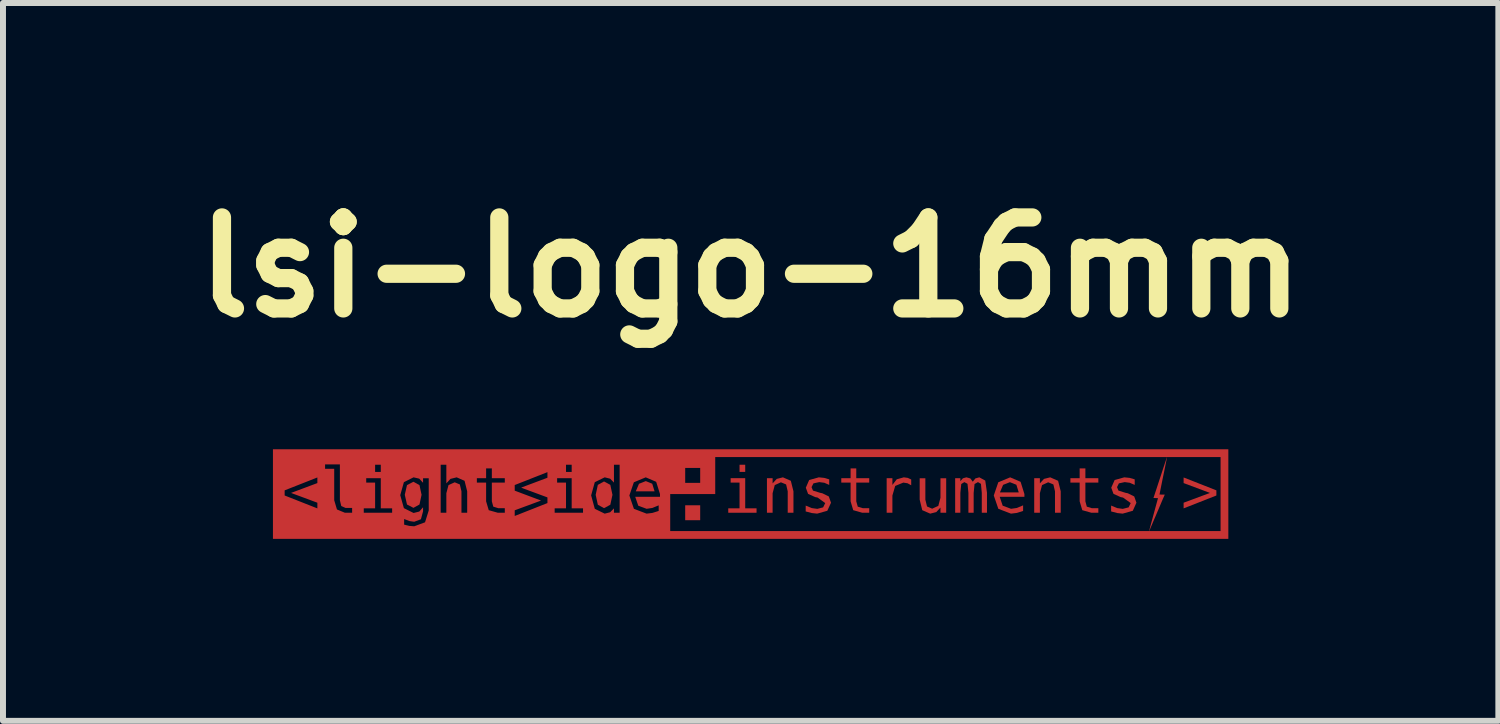
<source format=kicad_pcb>
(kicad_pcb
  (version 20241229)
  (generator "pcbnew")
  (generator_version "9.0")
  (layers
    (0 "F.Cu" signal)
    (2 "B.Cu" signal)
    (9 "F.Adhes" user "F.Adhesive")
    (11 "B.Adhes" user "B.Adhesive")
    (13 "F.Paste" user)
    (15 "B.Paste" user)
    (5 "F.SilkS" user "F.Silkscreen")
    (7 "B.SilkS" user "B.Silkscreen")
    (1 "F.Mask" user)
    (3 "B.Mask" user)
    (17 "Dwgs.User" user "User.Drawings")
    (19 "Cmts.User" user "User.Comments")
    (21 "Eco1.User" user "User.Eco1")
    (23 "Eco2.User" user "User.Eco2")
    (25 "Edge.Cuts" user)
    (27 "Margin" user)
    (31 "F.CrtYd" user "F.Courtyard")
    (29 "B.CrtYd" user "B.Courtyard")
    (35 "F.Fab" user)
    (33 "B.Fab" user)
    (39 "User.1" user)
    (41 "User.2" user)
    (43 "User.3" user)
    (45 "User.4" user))
  (footprint "lsi-logo-16mm"
    (layer "F.Cu")
    (at 9.521 5.772)
    (property "Reference" "lsi-logo-16mm" (at 0 -4.346 0) (layer "F.SilkS") (effects (font (size 1.524 1.524) (thickness 0.305))))
    (attr smd)
    (fp_poly (pts (xy -1.096 -0.36) (xy -1.096 -0.11) (xy -0.845 -0.11) (xy -0.845 -0.36) (xy -1.096 -0.36)) (stroke (width 0) (type solid)) (fill yes) (layer "F.Cu"))
    (fp_poly (pts (xy -0.186 -1.039) (xy -0.186 -0.919) (xy -0.091 -0.919) (xy -0.091 -1.039) (xy -0.186 -1.039)) (stroke (width 0) (type solid)) (fill yes) (layer "F.Cu"))
    (fp_poly (pts (xy -1.756 -0.765) (xy -1.87 -0.72) (xy -1.923 -0.594) (xy -1.609 -0.594) (xy -1.648 -0.721) (xy -1.756 -0.765) (xy -1.756 -0.765)) (stroke (width 0) (type solid)) (fill yes) (layer "F.Cu"))
    (fp_poly (pts (xy 7.251 -0.826) (xy 7.251 -0.732) (xy 7.692 -0.567) (xy 7.251 -0.403) (xy 7.251 -0.308) (xy 7.8 -0.524) (xy 7.8 -0.61) (xy 7.251 -0.826)) (stroke (width 0) (type solid)) (fill yes) (layer "F.Cu"))
    (fp_poly (pts (xy -5.648 -0.754) (xy -5.755 -0.698) (xy -5.792 -0.536) (xy -5.755 -0.373) (xy -5.647 -0.317) (xy -5.546 -0.373) (xy -5.511 -0.536) (xy -5.546 -0.698) (xy -5.648 -0.754)) (stroke (width 0) (type solid)) (fill yes) (layer "F.Cu"))
    (fp_poly (pts (xy -2.455 -0.759) (xy -2.559 -0.702) (xy -2.595 -0.535) (xy -2.559 -0.369) (xy -2.455 -0.312) (xy -2.35 -0.369) (xy -2.314 -0.535) (xy -2.35 -0.702) (xy -2.455 -0.759)) (stroke (width 0) (type solid)) (fill yes) (layer "F.Cu"))
    (fp_poly (pts (xy -0.335 -0.814) (xy -0.335 -0.74) (xy -0.186 -0.74) (xy -0.186 -0.309) (xy -0.375 -0.309) (xy -0.375 -0.235) (xy 0.099 -0.235) (xy 0.099 -0.309) (xy -0.091 -0.309) (xy -0.091 -0.814) (xy -0.335 -0.814)) (stroke (width 0) (type solid)) (fill yes) (layer "F.Cu"))
    (fp_poly (pts (xy 2.565 -0.828) (xy 2.447 -0.795) (xy 2.374 -0.701) (xy 2.374 -0.814) (xy 2.278 -0.814) (xy 2.278 -0.235) (xy 2.374 -0.235) (xy 2.374 -0.523) (xy 2.421 -0.684) (xy 2.557 -0.74) (xy 2.627 -0.729) (xy 2.689 -0.695) (xy 2.689 -0.792) (xy 2.631 -0.819) (xy 2.565 -0.828)) (stroke (width 0) (type solid)) (fill yes) (layer "F.Cu"))
    (fp_poly (pts (xy 0.541 -0.828) (xy 0.437 -0.802) (xy 0.368 -0.727) (xy 0.368 -0.814) (xy 0.273 -0.814) (xy 0.273 -0.235) (xy 0.368 -0.235) (xy 0.368 -0.562) (xy 0.404 -0.698) (xy 0.507 -0.745) (xy 0.594 -0.709) (xy 0.621 -0.594) (xy 0.621 -0.235) (xy 0.717 -0.235) (xy 0.717 -0.594) (xy 0.673 -0.77) (xy 0.541 -0.828)) (stroke (width 0) (type solid)) (fill yes) (layer "F.Cu"))
    (fp_poly (pts (xy 2.831 -0.813) (xy 2.831 -0.454) (xy 2.874 -0.278) (xy 3.007 -0.22) (xy 3.109 -0.246) (xy 3.179 -0.322) (xy 3.179 -0.235) (xy 3.275 -0.235) (xy 3.275 -0.813) (xy 3.179 -0.813) (xy 3.179 -0.486) (xy 3.143 -0.35) (xy 3.04 -0.303) (xy 2.954 -0.34) (xy 2.926 -0.454) (xy 2.926 -0.813) (xy 2.831 -0.813)) (stroke (width 0) (type solid)) (fill yes) (layer "F.Cu"))
    (fp_poly (pts (xy 5.017 -0.828) (xy 4.913 -0.802) (xy 4.844 -0.727) (xy 4.844 -0.814) (xy 4.749 -0.814) (xy 4.749 -0.235) (xy 4.844 -0.235) (xy 4.844 -0.562) (xy 4.88 -0.698) (xy 4.983 -0.745) (xy 5.07 -0.709) (xy 5.097 -0.594) (xy 5.097 -0.235) (xy 5.193 -0.235) (xy 5.193 -0.594) (xy 5.149 -0.77) (xy 5.017 -0.828)) (stroke (width 0) (type solid)) (fill yes) (layer "F.Cu"))
    (fp_poly (pts (xy 1.674 -0.978) (xy 1.674 -0.814) (xy 1.518 -0.814) (xy 1.518 -0.74) (xy 1.674 -0.74) (xy 1.674 -0.426) (xy 1.718 -0.278) (xy 1.869 -0.235) (xy 1.986 -0.235) (xy 1.986 -0.311) (xy 1.879 -0.311) (xy 1.794 -0.337) (xy 1.769 -0.426) (xy 1.769 -0.74) (xy 1.986 -0.74) (xy 1.986 -0.814) (xy 1.769 -0.814) (xy 1.769 -0.978) (xy 1.674 -0.978)) (stroke (width 0) (type solid)) (fill yes) (layer "F.Cu"))
    (fp_poly (pts (xy 5.51 -0.978) (xy 5.51 -0.814) (xy 5.355 -0.814) (xy 5.355 -0.74) (xy 5.51 -0.74) (xy 5.51 -0.426) (xy 5.554 -0.278) (xy 5.706 -0.235) (xy 5.823 -0.235) (xy 5.823 -0.311) (xy 5.715 -0.311) (xy 5.63 -0.337) (xy 5.606 -0.426) (xy 5.606 -0.74) (xy 5.823 -0.74) (xy 5.823 -0.814) (xy 5.606 -0.814) (xy 5.606 -0.978) (xy 5.51 -0.978)) (stroke (width 0) (type solid)) (fill yes) (layer "F.Cu"))
    (fp_poly (pts (xy 4.346 -0.828) (xy 4.342 -0.747) (xy 4.45 -0.704) (xy 4.49 -0.576) (xy 4.175 -0.576) (xy 4.228 -0.702) (xy 4.342 -0.747) (xy 4.342 -0.747) (xy 4.346 -0.828) (xy 4.147 -0.745) (xy 4.072 -0.524) (xy 4.148 -0.301) (xy 4.36 -0.22) (xy 4.458 -0.232) (xy 4.563 -0.265) (xy 4.563 -0.359) (xy 4.457 -0.315) (xy 4.361 -0.301) (xy 4.221 -0.353) (xy 4.172 -0.499) (xy 4.172 -0.502) (xy 4.585 -0.502) (xy 4.585 -0.548) (xy 4.521 -0.753) (xy 4.346 -0.828) (xy 4.346 -0.828)) (stroke (width 0) (type solid)) (fill yes) (layer "F.Cu"))
    (fp_poly (pts (xy 3.613 -0.828) (xy 3.555 -0.812) (xy 3.512 -0.764) (xy 3.512 -0.814) (xy 3.425 -0.814) (xy 3.425 -0.235) (xy 3.512 -0.235) (xy 3.512 -0.567) (xy 3.527 -0.716) (xy 3.579 -0.748) (xy 3.632 -0.72) (xy 3.647 -0.567) (xy 3.647 -0.235) (xy 3.735 -0.235) (xy 3.735 -0.567) (xy 3.75 -0.716) (xy 3.807 -0.748) (xy 3.857 -0.719) (xy 3.871 -0.567) (xy 3.871 -0.235) (xy 3.958 -0.235) (xy 3.958 -0.571) (xy 3.929 -0.774) (xy 3.83 -0.828) (xy 3.764 -0.81) (xy 3.72 -0.755) (xy 3.679 -0.81) (xy 3.613 -0.828)) (stroke (width 0) (type solid)) (fill yes) (layer "F.Cu"))
    (fp_poly (pts (xy 1.142 -0.828) (xy 0.98 -0.783) (xy 0.924 -0.654) (xy 0.962 -0.551) (xy 1.082 -0.497) (xy 1.118 -0.49) (xy 1.122 -0.489) (xy 1.249 -0.397) (xy 1.214 -0.325) (xy 1.116 -0.3) (xy 1.024 -0.313) (xy 0.922 -0.355) (xy 0.922 -0.257) (xy 1.024 -0.23) (xy 1.114 -0.22) (xy 1.284 -0.268) (xy 1.346 -0.403) (xy 1.309 -0.508) (xy 1.201 -0.561) (xy 1.163 -0.569) (xy 1.044 -0.606) (xy 1.02 -0.664) (xy 1.052 -0.727) (xy 1.149 -0.748) (xy 1.234 -0.737) (xy 1.316 -0.701) (xy 1.316 -0.794) (xy 1.231 -0.819) (xy 1.142 -0.828) (xy 1.142 -0.828)) (stroke (width 0) (type solid)) (fill yes) (layer "F.Cu"))
    (fp_poly (pts (xy 6.257 -0.828) (xy 6.096 -0.783) (xy 6.039 -0.654) (xy 6.077 -0.551) (xy 6.197 -0.497) (xy 6.233 -0.49) (xy 6.237 -0.489) (xy 6.365 -0.397) (xy 6.33 -0.325) (xy 6.232 -0.3) (xy 6.139 -0.313) (xy 6.037 -0.355) (xy 6.037 -0.257) (xy 6.139 -0.23) (xy 6.23 -0.22) (xy 6.4 -0.268) (xy 6.461 -0.403) (xy 6.424 -0.508) (xy 6.317 -0.561) (xy 6.278 -0.569) (xy 6.16 -0.606) (xy 6.136 -0.664) (xy 6.167 -0.727) (xy 6.264 -0.748) (xy 6.349 -0.737) (xy 6.432 -0.701) (xy 6.432 -0.794) (xy 6.347 -0.819) (xy 6.257 -0.828) (xy 6.257 -0.828)) (stroke (width 0) (type solid)) (fill yes) (layer "F.Cu"))
    (fp_poly (pts (xy 6.964 -1.143) (xy 6.929 -1.038) (xy 6.823 -0.716) (xy 6.796 -0.633) (xy 6.747 -0.485) (xy 6.746 -0.482) (xy 6.784 -0.481) (xy 6.822 -0.479) (xy 6.706 -0.053) (xy 6.685 0.026) (xy 6.671 0.076) (xy 6.672 0.077) (xy 6.686 0.046) (xy 6.716 -0.025) (xy 6.748 -0.101) (xy 6.781 -0.177) (xy 6.826 -0.283) (xy 6.871 -0.389) (xy 6.903 -0.465) (xy 6.928 -0.521) (xy 6.935 -0.539) (xy 6.891 -0.539) (xy 6.847 -0.54) (xy 6.85 -0.553) (xy 6.862 -0.615) (xy 6.881 -0.71) (xy 6.899 -0.799) (xy 6.927 -0.934) (xy 6.954 -1.068) (xy 6.969 -1.142) (xy 6.974 -1.173) (xy 6.964 -1.142) (xy 6.964 -1.143)) (stroke (width 0.000106) (type solid)) (fill yes) (layer "F.Cu"))
    (fp_poly (pts (xy -8 -1.298) (xy -0.593 -1.168) (xy 7.87 -1.168) (xy 7.87 0.072) (xy -1.347 0.072) (xy -1.347 -0.548) (xy -0.593 -0.548) (xy -0.593 -1.168) (xy -8 -1.298) (xy -7.127 -1.045) (xy -6.879 -1.045) (xy -6.879 -0.445) (xy -6.856 -0.348) (xy -6.786 -0.316) (xy -6.674 -0.316) (xy -6.674 -0.235) (xy -6.795 -0.235) (xy -6.928 -0.29) (xy -6.974 -0.445) (xy -6.974 -0.971) (xy -7.127 -0.971) (xy -7.127 -1.045) (xy -8 -1.298) (xy -6.289 -1.039) (xy -6.194 -1.039) (xy -6.194 -0.919) (xy -6.289 -0.919) (xy -6.289 -1.039) (xy -8 -1.298) (xy -5.191 -1.039) (xy -5.096 -1.039) (xy -5.096 -0.727) (xy -5.027 -0.802) (xy -4.923 -0.828) (xy -4.791 -0.77) (xy -4.747 -0.594) (xy -4.747 -0.235) (xy -4.843 -0.235) (xy -4.843 -0.594) (xy -4.87 -0.709) (xy -4.956 -0.745) (xy -5.06 -0.698) (xy -5.096 -0.562) (xy -5.096 -0.235) (xy -5.191 -0.235) (xy -5.191 -1.039) (xy -8 -1.298) (xy -3.092 -1.039) (xy -2.997 -1.039) (xy -2.997 -0.919) (xy -3.092 -0.919) (xy -3.092 -1.039) (xy -8 -1.298) (xy -2.289 -1.039) (xy -2.194 -1.039) (xy -2.194 -0.235) (xy -2.289 -0.235) (xy -2.289 -0.308) (xy -2.353 -0.243) (xy -2.444 -0.22) (xy -2.61 -0.301) (xy -2.671 -0.526) (xy -2.61 -0.747) (xy -2.444 -0.828) (xy -2.352 -0.805) (xy -2.289 -0.74) (xy -2.289 -1.039) (xy -8 -1.298) (xy -0.845 -0.985) (xy -0.845 -0.735) (xy -1.096 -0.735) (xy -1.096 -0.985) (xy -0.845 -0.985) (xy -8 -1.298) (xy -4.334 -0.978) (xy -4.334 -0.814) (xy -4.117 -0.814) (xy -4.117 -0.74) (xy -4.334 -0.74) (xy -4.334 -0.426) (xy -4.31 -0.337) (xy -4.225 -0.311) (xy -4.117 -0.311) (xy -4.117 -0.235) (xy -4.234 -0.235) (xy -4.386 -0.278) (xy -4.43 -0.426) (xy -4.43 -0.74) (xy -4.585 -0.74) (xy -4.585 -0.814) (xy -4.43 -0.814) (xy -4.43 -0.978) (xy -4.334 -0.978) (xy -8 -1.298) (xy -3.403 -0.915) (xy -3.403 -0.821) (xy -3.843 -0.656) (xy -3.795 -0.637) (xy -3.403 -0.492) (xy -3.403 -0.483) (xy -3.403 -0.397) (xy -3.951 -0.181) (xy -3.951 -0.276) (xy -3.51 -0.439) (xy -3.513 -0.44) (xy -3.951 -0.605) (xy -3.951 -0.613) (xy -3.951 -0.699) (xy -3.403 -0.915) (xy -8 -1.298) (xy -7.256 -0.826) (xy -7.256 -0.732) (xy -7.697 -0.567) (xy -7.256 -0.403) (xy -7.256 -0.308) (xy -7.804 -0.524) (xy -7.804 -0.61) (xy -7.256 -0.826) (xy -8 -1.298) (xy -8 0.202) (xy -5.634 -0.008) (xy -5.717 -0.015) (xy -5.803 -0.036) (xy -5.803 -0.13) (xy -5.711 -0.095) (xy -5.634 -0.084) (xy -5.522 -0.126) (xy -5.486 -0.259) (xy -5.486 -0.263) (xy -5.486 -0.327) (xy -5.549 -0.255) (xy -5.645 -0.231) (xy -5.807 -0.312) (xy -5.868 -0.529) (xy -5.807 -0.747) (xy -5.645 -0.828) (xy -5.55 -0.806) (xy -5.486 -0.737) (xy -5.486 -0.812) (xy -5.391 -0.812) (xy -5.391 -0.273) (xy -5.453 -0.075) (xy -5.634 -0.008) (xy -8 0.202) (xy -1.743 -0.22) (xy -1.955 -0.301) (xy -2.031 -0.524) (xy -1.956 -0.745) (xy -1.757 -0.828) (xy -1.582 -0.753) (xy -1.518 -0.548) (xy -1.518 -0.502) (xy -1.932 -0.502) (xy -1.932 -0.499) (xy -1.882 -0.353) (xy -1.742 -0.301) (xy -1.647 -0.315) (xy -1.54 -0.359) (xy -1.54 -0.265) (xy -1.646 -0.232) (xy -1.743 -0.22) (xy -8 0.202) (xy -6.004 -0.235) (xy -6.479 -0.235) (xy -6.479 -0.309) (xy -6.289 -0.309) (xy -6.289 -0.74) (xy -6.438 -0.74) (xy -6.438 -0.814) (xy -6.194 -0.814) (xy -6.194 -0.309) (xy -6.004 -0.309) (xy -6.004 -0.235) (xy -8 0.202) (xy -2.807 -0.235) (xy -3.282 -0.235) (xy -3.282 -0.309) (xy -3.092 -0.309) (xy -3.092 -0.74) (xy -3.241 -0.74) (xy -3.241 -0.814) (xy -2.997 -0.814) (xy -2.997 -0.309) (xy -2.807 -0.309) (xy -2.807 -0.235) (xy -8 0.202) (xy 8 0.202) (xy 8 -1.298) (xy -8 -1.298)) (stroke (width 0) (type solid)) (fill yes) (layer "F.Cu")))
  (gr_rect
    (start -3 -3)
    (end 22.043 9.022)
    (stroke (width 0.1) (type default))
    (fill no)
    (layer "Edge.Cuts")))
</source>
